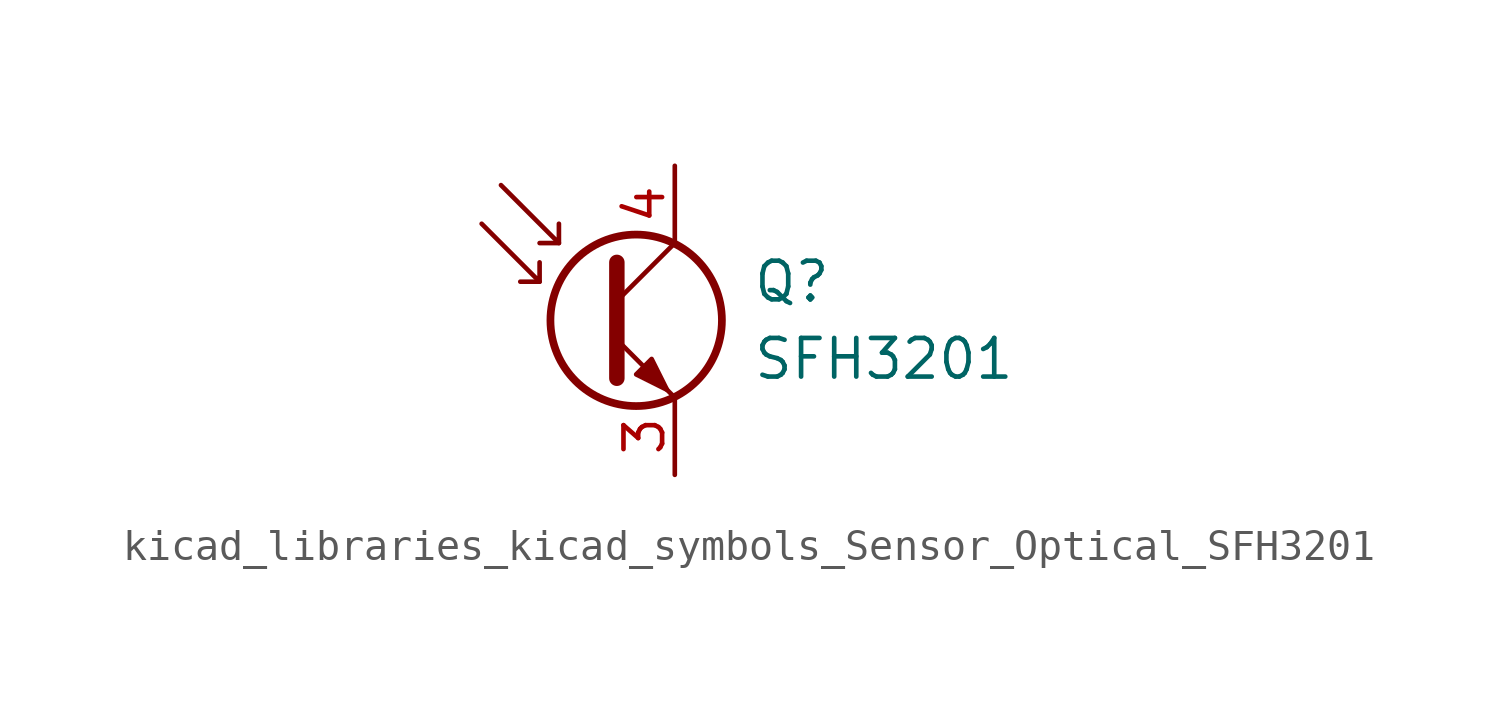
<source format=kicad_sym>
(kicad_symbol_lib
  (version 20220914)
  (generator kicad_symbol_editor)
  (symbol "kicad_libraries_kicad_symbols_Sensor_Optical_SFH3201"
    (pin_names hide)
    (property "Reference" "Q"
      (at 2.54 1.27 0)
      (effects (font (size 1.27 1.27)) (justify left)))
    (property "Value" "SFH3201"
      (at 2.54 -1.27 0)
      (effects (font (size 1.27 1.27)) (justify left)))
    (symbol "kicad_libraries_kicad_symbols_Sensor_Optical_SFH3201_0_1"
      (circle (center -1.27 0) (radius 2.819) (stroke (width 0.254) (type default)) (fill (type none)))
      (polyline (pts (xy -4.445 1.27) (xy -5.08 1.27)) (stroke (width 0) (type default)) (fill (type none)))
      (polyline (pts (xy -3.81 2.54) (xy -4.445 2.54)) (stroke (width 0) (type default)) (fill (type none)))
      (polyline (pts (xy -1.905 0.635) (xy 0 2.54)) (stroke (width 0) (type default)) (fill (type none)))
      (polyline (pts (xy -6.35 3.175) (xy -4.445 1.27) (xy -4.445 1.905)) (stroke (width 0) (type default)) (fill (type none)))
      (polyline (pts (xy -5.715 4.445) (xy -3.81 2.54) (xy -3.81 3.175)) (stroke (width 0) (type default)) (fill (type none)))
      (polyline (pts (xy -1.905 -0.635) (xy 0 -2.54) (xy 0 -2.54)) (stroke (width 0) (type default)) (fill (type none)))
      (polyline (pts (xy -1.905 1.905) (xy -1.905 -1.905) (xy -1.905 -1.905)) (stroke (width 0.508) (type default)) (fill (type none)))
      (polyline (pts (xy -1.27 -1.778) (xy -0.762 -1.27) (xy -0.254 -2.286) (xy -1.27 -1.778) (xy -1.27 -1.778)) (stroke (width 0) (type default)) (fill (type outline))))
    (symbol "kicad_libraries_kicad_symbols_Sensor_Optical_SFH3201_1_1"
      (pin passive line (at 0 -5.08 90) (length 2.54) (name "E" (effects (font (size 1.27 1.27)))) (number "3" (effects (font (size 1.27 1.27)))))
      (pin passive line (at 0 5.08 270) (length 2.54) (name "C" (effects (font (size 1.27 1.27)))) (number "4" (effects (font (size 1.27 1.27))))))))
</source>
